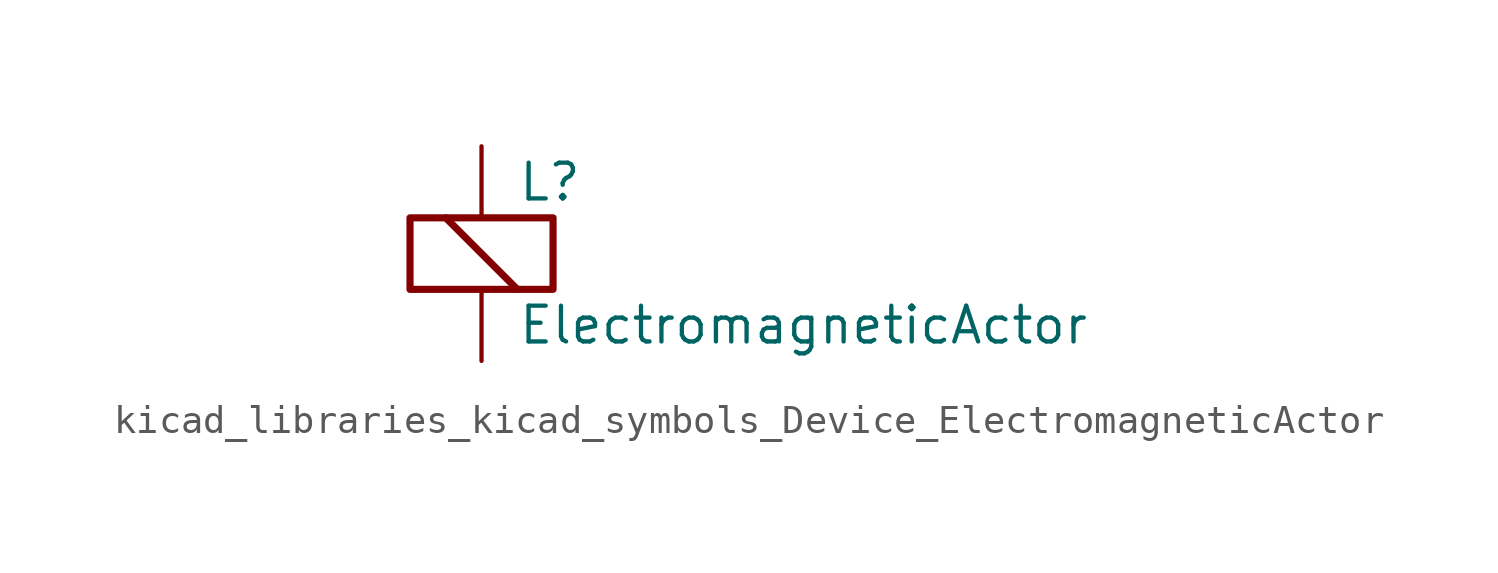
<source format=kicad_sym>
(kicad_symbol_lib
  (version 20220914)
  (generator kicad_symbol_editor)
  (symbol "kicad_libraries_kicad_symbols_Device_ElectromagneticActor"
    (pin_numbers hide)
    (pin_names
      (offset 0.025) hide)
    (property "Reference" "L"
      (at 1.27 3.81 0)
      (effects (font (size 1.27 1.27)) (justify left)))
    (property "Value" "ElectromagneticActor"
      (at 1.27 -1.27 0)
      (effects (font (size 1.27 1.27)) (justify left)))
    (symbol "kicad_libraries_kicad_symbols_Device_ElectromagneticActor_0_1"
      (rectangle (start -2.54 2.54) (end 2.54 0) (stroke (width 0.254) (type default)) (fill (type none)))
      (polyline (pts (xy -1.27 2.54) (xy 1.27 0)) (stroke (width 0.254) (type default)) (fill (type none))))
    (symbol "kicad_libraries_kicad_symbols_Device_ElectromagneticActor_1_1"
      (pin passive line (at 0 5.08 270) (length 2.54) (name "-" (effects (font (size 1.27 1.27)))) (number "1" (effects (font (size 1.27 1.27)))))
      (pin passive line (at 0 -2.54 90) (length 2.54) (name "+" (effects (font (size 1.27 1.27)))) (number "2" (effects (font (size 1.27 1.27))))))))
</source>
